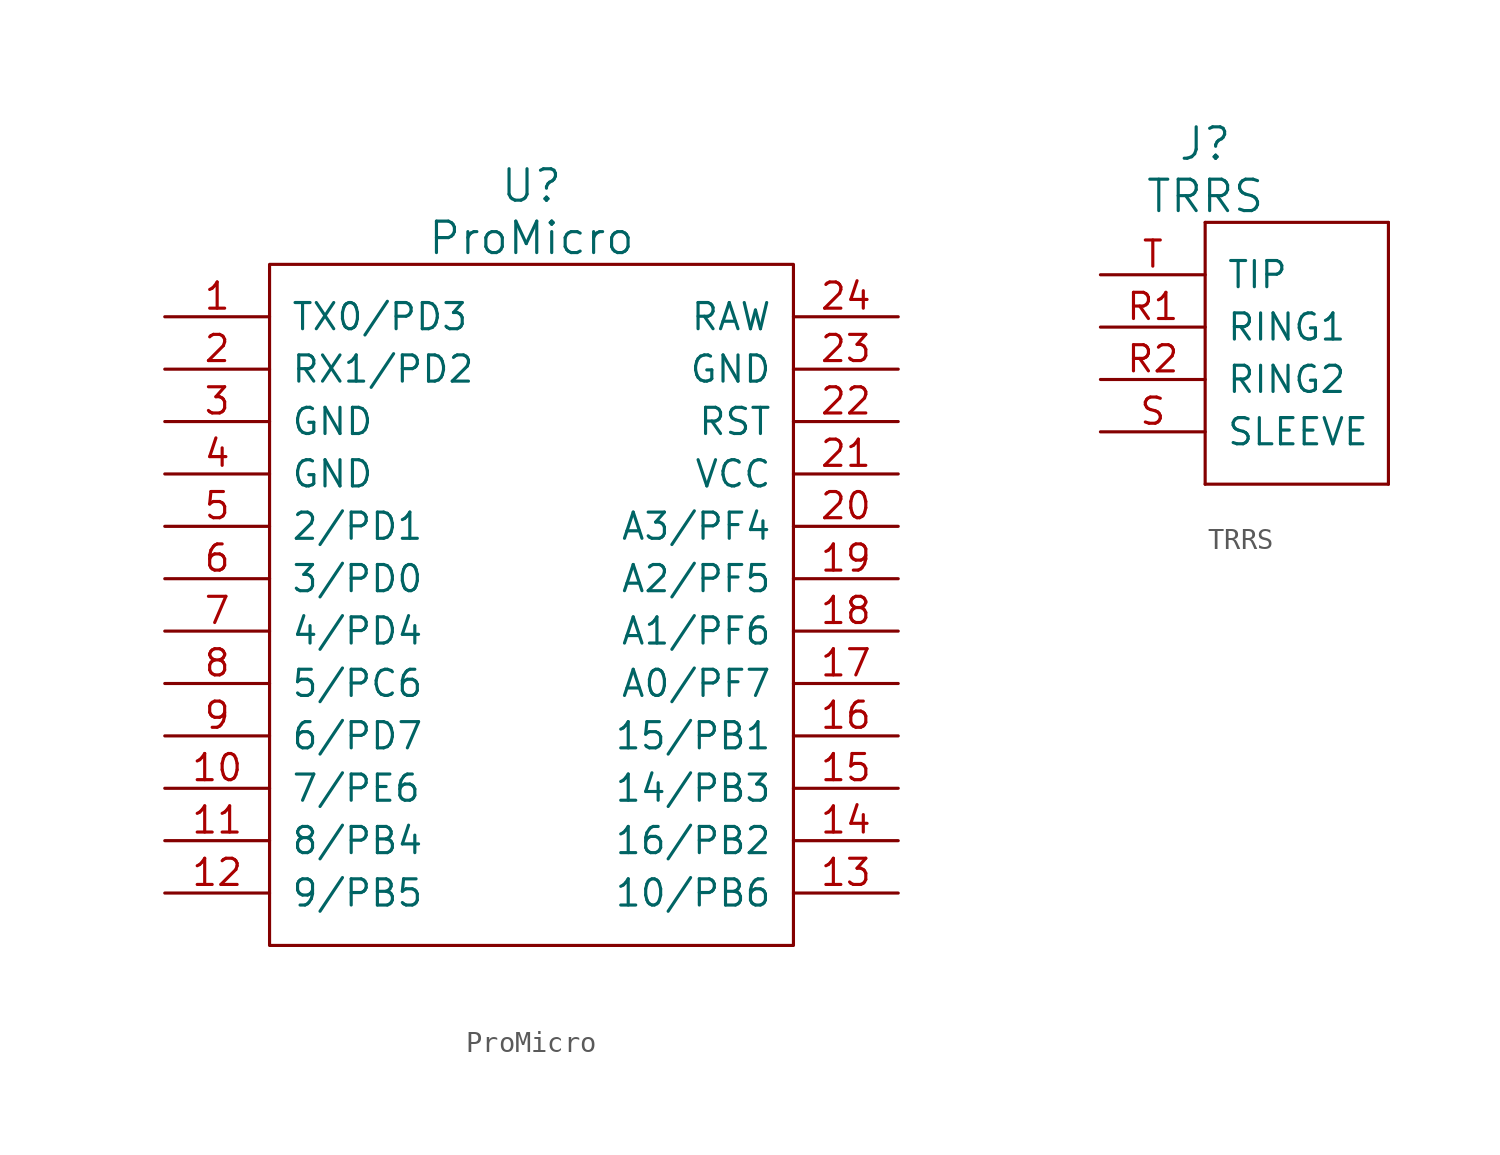
<source format=kicad_sym>
(kicad_symbol_lib
  (version 20211014)
  (generator kicad_symbol_editor)
  (symbol "ProMicro"
    (pin_names
      (offset 1.016))
    (property "Reference" "U"
      (at 0 20.32 0)
      (effects (font (size 1.524 1.524))))
    (property "Value" "ProMicro"
      (at 0 17.78 0)
      (effects (font (size 1.524 1.524))))
    (symbol "ProMicro_0_1"
      (rectangle (start -12.7 -16.51) (end 12.7 16.51) (stroke (width 0) (type default) (color 0 0 0 0)) (fill (type none))))
    (symbol "ProMicro_1_1"
      (pin input line (at -17.78 13.97 0) (length 5.08) (name "TX0/PD3" (effects (font (size 1.27 1.27)))) (number "1" (effects (font (size 1.27 1.27)))))
      (pin input line (at -17.78 -8.89 0) (length 5.08) (name "7/PE6" (effects (font (size 1.27 1.27)))) (number "10" (effects (font (size 1.27 1.27)))))
      (pin input line (at -17.78 -11.43 0) (length 5.08) (name "8/PB4" (effects (font (size 1.27 1.27)))) (number "11" (effects (font (size 1.27 1.27)))))
      (pin input line (at -17.78 -13.97 0) (length 5.08) (name "9/PB5" (effects (font (size 1.27 1.27)))) (number "12" (effects (font (size 1.27 1.27)))))
      (pin input line (at 17.78 -13.97 180) (length 5.08) (name "10/PB6" (effects (font (size 1.27 1.27)))) (number "13" (effects (font (size 1.27 1.27)))))
      (pin input line (at 17.78 -11.43 180) (length 5.08) (name "16/PB2" (effects (font (size 1.27 1.27)))) (number "14" (effects (font (size 1.27 1.27)))))
      (pin input line (at 17.78 -8.89 180) (length 5.08) (name "14/PB3" (effects (font (size 1.27 1.27)))) (number "15" (effects (font (size 1.27 1.27)))))
      (pin input line (at 17.78 -6.35 180) (length 5.08) (name "15/PB1" (effects (font (size 1.27 1.27)))) (number "16" (effects (font (size 1.27 1.27)))))
      (pin input line (at 17.78 -3.81 180) (length 5.08) (name "A0/PF7" (effects (font (size 1.27 1.27)))) (number "17" (effects (font (size 1.27 1.27)))))
      (pin input line (at 17.78 -1.27 180) (length 5.08) (name "A1/PF6" (effects (font (size 1.27 1.27)))) (number "18" (effects (font (size 1.27 1.27)))))
      (pin input line (at 17.78 1.27 180) (length 5.08) (name "A2/PF5" (effects (font (size 1.27 1.27)))) (number "19" (effects (font (size 1.27 1.27)))))
      (pin input line (at -17.78 11.43 0) (length 5.08) (name "RX1/PD2" (effects (font (size 1.27 1.27)))) (number "2" (effects (font (size 1.27 1.27)))))
      (pin input line (at 17.78 3.81 180) (length 5.08) (name "A3/PF4" (effects (font (size 1.27 1.27)))) (number "20" (effects (font (size 1.27 1.27)))))
      (pin input line (at 17.78 6.35 180) (length 5.08) (name "VCC" (effects (font (size 1.27 1.27)))) (number "21" (effects (font (size 1.27 1.27)))))
      (pin input line (at 17.78 8.89 180) (length 5.08) (name "RST" (effects (font (size 1.27 1.27)))) (number "22" (effects (font (size 1.27 1.27)))))
      (pin input line (at 17.78 11.43 180) (length 5.08) (name "GND" (effects (font (size 1.27 1.27)))) (number "23" (effects (font (size 1.27 1.27)))))
      (pin input line (at 17.78 13.97 180) (length 5.08) (name "RAW" (effects (font (size 1.27 1.27)))) (number "24" (effects (font (size 1.27 1.27)))))
      (pin input line (at -17.78 8.89 0) (length 5.08) (name "GND" (effects (font (size 1.27 1.27)))) (number "3" (effects (font (size 1.27 1.27)))))
      (pin input line (at -17.78 6.35 0) (length 5.08) (name "GND" (effects (font (size 1.27 1.27)))) (number "4" (effects (font (size 1.27 1.27)))))
      (pin input line (at -17.78 3.81 0) (length 5.08) (name "2/PD1" (effects (font (size 1.27 1.27)))) (number "5" (effects (font (size 1.27 1.27)))))
      (pin input line (at -17.78 1.27 0) (length 5.08) (name "3/PD0" (effects (font (size 1.27 1.27)))) (number "6" (effects (font (size 1.27 1.27)))))
      (pin input line (at -17.78 -1.27 0) (length 5.08) (name "4/PD4" (effects (font (size 1.27 1.27)))) (number "7" (effects (font (size 1.27 1.27)))))
      (pin input line (at -17.78 -3.81 0) (length 5.08) (name "5/PC6" (effects (font (size 1.27 1.27)))) (number "8" (effects (font (size 1.27 1.27)))))
      (pin input line (at -17.78 -6.35 0) (length 5.08) (name "6/PD7" (effects (font (size 1.27 1.27)))) (number "9" (effects (font (size 1.27 1.27)))))))
  (symbol "TRRS"
    (pin_names
      (offset 1.016))
    (property "Reference" "J"
      (at -3.81 16.51 0)
      (effects (font (size 1.524 1.524))))
    (property "Value" "TRRS"
      (at -3.81 13.97 0)
      (effects (font (size 1.524 1.524))))
    (symbol "TRRS_0_1"
      (rectangle (start -3.81 0) (end -3.81 12.7) (stroke (width 0) (type default) (color 0 0 0 0)) (fill (type none)))
      (rectangle (start -3.81 12.7) (end 5.08 12.7) (stroke (width 0) (type default) (color 0 0 0 0)) (fill (type none)))
      (rectangle (start 5.08 0) (end -3.81 0) (stroke (width 0) (type default) (color 0 0 0 0)) (fill (type none)))
      (rectangle (start 5.08 12.7) (end 5.08 0) (stroke (width 0) (type default) (color 0 0 0 0)) (fill (type none))))
    (symbol "TRRS_1_1"
      (pin input line (at -8.89 7.62 0) (length 5.08) (name "RING1" (effects (font (size 1.27 1.27)))) (number "R1" (effects (font (size 1.27 1.27)))))
      (pin input line (at -8.89 5.08 0) (length 5.08) (name "RING2" (effects (font (size 1.27 1.27)))) (number "R2" (effects (font (size 1.27 1.27)))))
      (pin input line (at -8.89 2.54 0) (length 5.08) (name "SLEEVE" (effects (font (size 1.27 1.27)))) (number "S" (effects (font (size 1.27 1.27)))))
      (pin input line (at -8.89 10.16 0) (length 5.08) (name "TIP" (effects (font (size 1.27 1.27)))) (number "T" (effects (font (size 1.27 1.27))))))))
</source>
